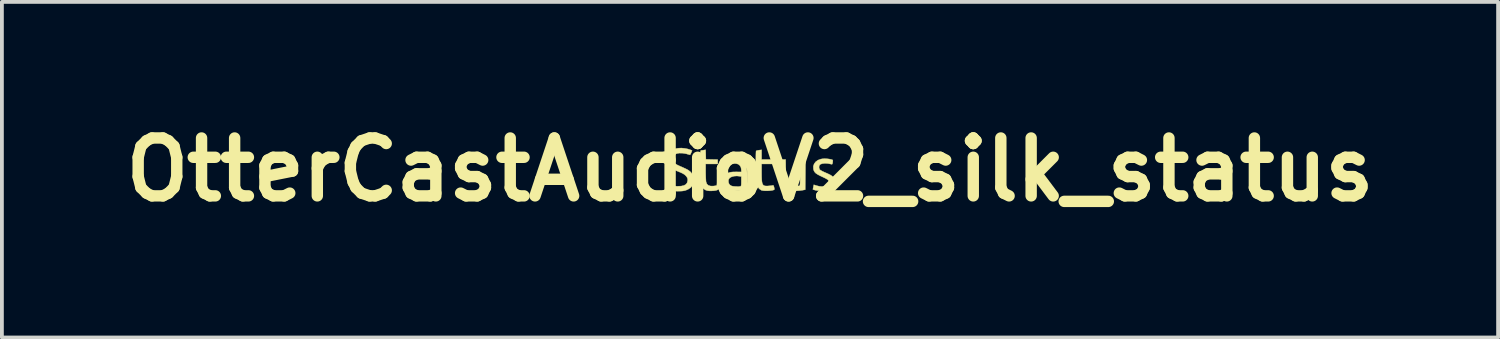
<source format=kicad_pcb>
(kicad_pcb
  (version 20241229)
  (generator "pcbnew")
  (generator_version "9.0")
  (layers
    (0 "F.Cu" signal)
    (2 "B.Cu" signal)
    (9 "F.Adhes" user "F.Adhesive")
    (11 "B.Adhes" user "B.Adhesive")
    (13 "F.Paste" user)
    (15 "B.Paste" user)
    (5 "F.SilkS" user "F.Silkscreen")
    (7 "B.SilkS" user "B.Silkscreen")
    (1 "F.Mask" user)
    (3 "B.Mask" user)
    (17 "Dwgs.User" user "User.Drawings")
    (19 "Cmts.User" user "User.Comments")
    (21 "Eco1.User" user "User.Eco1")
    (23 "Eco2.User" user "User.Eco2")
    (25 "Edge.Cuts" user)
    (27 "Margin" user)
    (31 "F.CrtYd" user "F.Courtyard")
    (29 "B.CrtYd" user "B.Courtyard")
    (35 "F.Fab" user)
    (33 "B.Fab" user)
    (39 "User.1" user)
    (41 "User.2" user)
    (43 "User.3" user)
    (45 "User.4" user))
  (footprint "OtterCastAudioV2_silk_status"
    (layer "F.Cu")
    (at 16.699 1.418)
    (property "Reference" "OtterCastAudioV2_silk_status" (at 0 0 0) (layer "F.SilkS") (effects (font (size 1.524 1.524) (thickness 0.3))))
    (attr through_hole)
    (fp_poly (pts (xy 0.942 0.01) (xy 0.944 0.114) (xy 0.948 0.196) (xy 0.953 0.26) (xy 0.961 0.308) (xy 0.972 0.343) (xy 0.987 0.369) (xy 1.007 0.389) (xy 1.031 0.406) (xy 1.06 0.42) (xy 1.096 0.428) (xy 1.147 0.431) (xy 1.177 0.432) (xy 1.228 0.431) (xy 1.271 0.428) (xy 1.297 0.425) (xy 1.301 0.424) (xy 1.307 0.419) (xy 1.312 0.408) (xy 1.315 0.388) (xy 1.318 0.355) (xy 1.319 0.308) (xy 1.32 0.244) (xy 1.321 0.158) (xy 1.321 0.075) (xy 1.321 -0.267) (xy 1.461 -0.267) (xy 1.458 0.13) (xy 1.454 0.527) (xy 1.372 0.542) (xy 1.307 0.551) (xy 1.233 0.556) (xy 1.156 0.557) (xy 1.084 0.555) (xy 1.024 0.549) (xy 0.984 0.54) (xy 0.945 0.519) (xy 0.904 0.488) (xy 0.887 0.472) (xy 0.861 0.442) (xy 0.841 0.41) (xy 0.825 0.373) (xy 0.814 0.327) (xy 0.807 0.27) (xy 0.803 0.197) (xy 0.801 0.105) (xy 0.8 0.01) (xy 0.8 -0.267) (xy 0.938 -0.267) (xy 0.942 0.01)) (stroke (width 0.01) (type solid)) (fill yes) (layer "F.SilkS"))
    (fp_poly (pts (xy -1.162 -0.273) (xy -1.006 -0.269) (xy -0.851 -0.266) (xy -0.851 -0.152) (xy -1.168 -0.152) (xy -1.168 0.06) (xy -1.167 0.135) (xy -1.165 0.205) (xy -1.162 0.265) (xy -1.159 0.308) (xy -1.156 0.324) (xy -1.135 0.377) (xy -1.1 0.411) (xy -1.047 0.429) (xy -1.003 0.432) (xy -0.956 0.43) (xy -0.914 0.424) (xy -0.894 0.419) (xy -0.864 0.412) (xy -0.846 0.422) (xy -0.837 0.453) (xy -0.835 0.476) (xy -0.835 0.508) (xy -0.845 0.526) (xy -0.872 0.539) (xy -0.876 0.54) (xy -0.911 0.549) (xy -0.961 0.555) (xy -1.016 0.558) (xy -1.023 0.558) (xy -1.083 0.557) (xy -1.127 0.551) (xy -1.164 0.539) (xy -1.182 0.53) (xy -1.235 0.492) (xy -1.27 0.445) (xy -1.302 0.387) (xy -1.306 -0.06) (xy -1.306 -0.179) (xy -1.307 -0.274) (xy -1.307 -0.35) (xy -1.306 -0.407) (xy -1.305 -0.448) (xy -1.303 -0.476) (xy -1.3 -0.494) (xy -1.296 -0.504) (xy -1.291 -0.508) (xy -1.286 -0.508) (xy -1.259 -0.51) (xy -1.221 -0.515) (xy -1.217 -0.516) (xy -1.169 -0.524) (xy -1.162 -0.273)) (stroke (width 0.01) (type solid)) (fill yes) (layer "F.SilkS"))
    (fp_poly (pts (xy 0.305 -0.267) (xy 0.61 -0.267) (xy 0.61 -0.152) (xy 0.305 -0.152) (xy 0.305 0.083) (xy 0.306 0.188) (xy 0.309 0.269) (xy 0.316 0.331) (xy 0.329 0.375) (xy 0.348 0.405) (xy 0.375 0.422) (xy 0.411 0.429) (xy 0.458 0.43) (xy 0.48 0.428) (xy 0.528 0.424) (xy 0.569 0.419) (xy 0.592 0.414) (xy 0.609 0.411) (xy 0.621 0.422) (xy 0.631 0.452) (xy 0.632 0.459) (xy 0.64 0.493) (xy 0.642 0.517) (xy 0.641 0.522) (xy 0.62 0.535) (xy 0.581 0.545) (xy 0.528 0.552) (xy 0.469 0.556) (xy 0.409 0.557) (xy 0.354 0.553) (xy 0.311 0.545) (xy 0.298 0.541) (xy 0.241 0.502) (xy 0.196 0.44) (xy 0.182 0.413) (xy 0.176 0.396) (xy 0.171 0.375) (xy 0.167 0.347) (xy 0.164 0.309) (xy 0.161 0.258) (xy 0.159 0.192) (xy 0.157 0.107) (xy 0.156 0.002) (xy 0.155 -0.062) (xy 0.154 -0.163) (xy 0.154 -0.256) (xy 0.154 -0.338) (xy 0.155 -0.406) (xy 0.157 -0.457) (xy 0.159 -0.488) (xy 0.161 -0.495) (xy 0.179 -0.503) (xy 0.213 -0.51) (xy 0.238 -0.514) (xy 0.305 -0.523) (xy 0.305 -0.267)) (stroke (width 0.01) (type solid)) (fill yes) (layer "F.SilkS"))
    (fp_poly (pts (xy 2.025 -0.287) (xy 2.079 -0.281) (xy 2.127 -0.272) (xy 2.162 -0.263) (xy 2.178 -0.253) (xy 2.181 -0.235) (xy 2.178 -0.203) (xy 2.177 -0.19) (xy 2.17 -0.158) (xy 2.161 -0.144) (xy 2.143 -0.144) (xy 2.135 -0.146) (xy 2.051 -0.163) (xy 1.973 -0.167) (xy 1.906 -0.16) (xy 1.856 -0.143) (xy 1.839 -0.131) (xy 1.821 -0.1) (xy 1.817 -0.058) (xy 1.828 -0.017) (xy 1.835 -0.004) (xy 1.855 0.012) (xy 1.892 0.034) (xy 1.94 0.058) (xy 1.965 0.069) (xy 2.045 0.104) (xy 2.105 0.133) (xy 2.149 0.16) (xy 2.179 0.186) (xy 2.201 0.215) (xy 2.213 0.238) (xy 2.23 0.29) (xy 2.232 0.341) (xy 2.231 0.361) (xy 2.218 0.419) (xy 2.192 0.464) (xy 2.149 0.501) (xy 2.108 0.524) (xy 2.075 0.54) (xy 2.045 0.55) (xy 2.011 0.556) (xy 1.967 0.558) (xy 1.906 0.558) (xy 1.837 0.556) (xy 1.774 0.55) (xy 1.726 0.542) (xy 1.713 0.539) (xy 1.655 0.521) (xy 1.667 0.459) (xy 1.679 0.397) (xy 1.755 0.421) (xy 1.823 0.437) (xy 1.893 0.443) (xy 1.958 0.441) (xy 2.013 0.43) (xy 2.053 0.412) (xy 2.07 0.394) (xy 2.082 0.348) (xy 2.075 0.302) (xy 2.054 0.269) (xy 2.029 0.252) (xy 1.988 0.228) (xy 1.939 0.204) (xy 1.924 0.197) (xy 1.841 0.158) (xy 1.779 0.125) (xy 1.734 0.095) (xy 1.704 0.064) (xy 1.684 0.031) (xy 1.671 -0.008) (xy 1.669 -0.022) (xy 1.667 -0.091) (xy 1.689 -0.154) (xy 1.73 -0.208) (xy 1.789 -0.251) (xy 1.863 -0.279) (xy 1.926 -0.289) (xy 1.972 -0.29) (xy 2.025 -0.287)) (stroke (width 0.01) (type solid)) (fill yes) (layer "F.SilkS"))
    (fp_poly (pts (xy -0.381 -0.288) (xy -0.286 -0.276) (xy -0.21 -0.249) (xy -0.153 -0.205) (xy -0.113 -0.144) (xy -0.089 -0.065) (xy -0.089 -0.065) (xy -0.085 -0.031) (xy -0.082 0.023) (xy -0.079 0.092) (xy -0.077 0.171) (xy -0.076 0.255) (xy -0.076 0.267) (xy -0.076 0.53) (xy -0.111 0.538) (xy -0.136 0.542) (xy -0.181 0.545) (xy -0.24 0.549) (xy -0.307 0.552) (xy -0.33 0.553) (xy -0.409 0.555) (xy -0.468 0.554) (xy -0.512 0.551) (xy -0.545 0.546) (xy -0.568 0.539) (xy -0.63 0.503) (xy -0.678 0.452) (xy -0.709 0.391) (xy -0.722 0.323) (xy -0.721 0.312) (xy -0.572 0.312) (xy -0.56 0.359) (xy -0.531 0.4) (xy -0.488 0.427) (xy -0.479 0.43) (xy -0.443 0.437) (xy -0.395 0.441) (xy -0.342 0.443) (xy -0.294 0.443) (xy -0.258 0.439) (xy -0.249 0.437) (xy -0.239 0.429) (xy -0.233 0.41) (xy -0.23 0.377) (xy -0.229 0.324) (xy -0.229 0.305) (xy -0.229 0.181) (xy -0.268 0.173) (xy -0.345 0.165) (xy -0.419 0.17) (xy -0.485 0.188) (xy -0.534 0.216) (xy -0.541 0.223) (xy -0.567 0.264) (xy -0.572 0.312) (xy -0.721 0.312) (xy -0.717 0.255) (xy -0.693 0.19) (xy -0.649 0.136) (xy -0.607 0.103) (xy -0.563 0.08) (xy -0.512 0.066) (xy -0.446 0.059) (xy -0.365 0.058) (xy -0.229 0.059) (xy -0.229 0.009) (xy -0.238 -0.055) (xy -0.265 -0.107) (xy -0.306 -0.142) (xy -0.311 -0.145) (xy -0.354 -0.157) (xy -0.413 -0.164) (xy -0.478 -0.164) (xy -0.542 -0.157) (xy -0.565 -0.153) (xy -0.597 -0.146) (xy -0.616 -0.144) (xy -0.618 -0.144) (xy -0.621 -0.157) (xy -0.624 -0.187) (xy -0.625 -0.204) (xy -0.629 -0.26) (xy -0.552 -0.276) (xy -0.499 -0.284) (xy -0.435 -0.288) (xy -0.381 -0.288)) (stroke (width 0.01) (type solid)) (fill yes) (layer "F.SilkS"))
    (fp_poly (pts (xy -1.713 -0.56) (xy -1.634 -0.544) (xy -1.574 -0.525) (xy -1.525 -0.506) (xy -1.549 -0.447) (xy -1.564 -0.413) (xy -1.577 -0.394) (xy -1.583 -0.391) (xy -1.684 -0.42) (xy -1.778 -0.435) (xy -1.86 -0.437) (xy -1.927 -0.425) (xy -1.956 -0.412) (xy -1.991 -0.383) (xy -2.02 -0.345) (xy -2.024 -0.339) (xy -2.038 -0.305) (xy -2.04 -0.278) (xy -2.031 -0.242) (xy -2.03 -0.238) (xy -2.017 -0.207) (xy -1.996 -0.18) (xy -1.964 -0.154) (xy -1.917 -0.126) (xy -1.853 -0.096) (xy -1.779 -0.064) (xy -1.69 -0.023) (xy -1.622 0.014) (xy -1.572 0.053) (xy -1.535 0.095) (xy -1.514 0.127) (xy -1.498 0.162) (xy -1.49 0.195) (xy -1.487 0.237) (xy -1.488 0.28) (xy -1.498 0.36) (xy -1.521 0.422) (xy -1.56 0.47) (xy -1.62 0.51) (xy -1.645 0.523) (xy -1.692 0.543) (xy -1.735 0.555) (xy -1.784 0.562) (xy -1.844 0.565) (xy -1.906 0.566) (xy -1.967 0.564) (xy -2.016 0.56) (xy -2.027 0.558) (xy -2.081 0.546) (xy -2.138 0.529) (xy -2.154 0.523) (xy -2.191 0.508) (xy -2.209 0.491) (xy -2.21 0.467) (xy -2.198 0.428) (xy -2.191 0.411) (xy -2.174 0.37) (xy -2.093 0.403) (xy -2.04 0.422) (xy -1.988 0.432) (xy -1.926 0.436) (xy -1.905 0.436) (xy -1.812 0.432) (xy -1.742 0.416) (xy -1.691 0.389) (xy -1.658 0.348) (xy -1.643 0.294) (xy -1.642 0.29) (xy -1.642 0.245) (xy -1.656 0.207) (xy -1.666 0.191) (xy -1.694 0.156) (xy -1.729 0.126) (xy -1.775 0.098) (xy -1.838 0.069) (xy -1.897 0.045) (xy -1.985 0.009) (xy -2.052 -0.026) (xy -2.102 -0.061) (xy -2.138 -0.1) (xy -2.165 -0.143) (xy -2.193 -0.224) (xy -2.196 -0.304) (xy -2.175 -0.38) (xy -2.129 -0.45) (xy -2.11 -0.47) (xy -2.057 -0.513) (xy -1.997 -0.543) (xy -1.925 -0.561) (xy -1.865 -0.568) (xy -1.795 -0.569) (xy -1.713 -0.56)) (stroke (width 0.01) (type solid)) (fill yes) (layer "F.SilkS")))
  (gr_rect
    (start -3 -3)
    (end 36.397 5.836)
    (stroke (width 0.1) (type default))
    (fill no)
    (layer "Edge.Cuts")))
</source>
